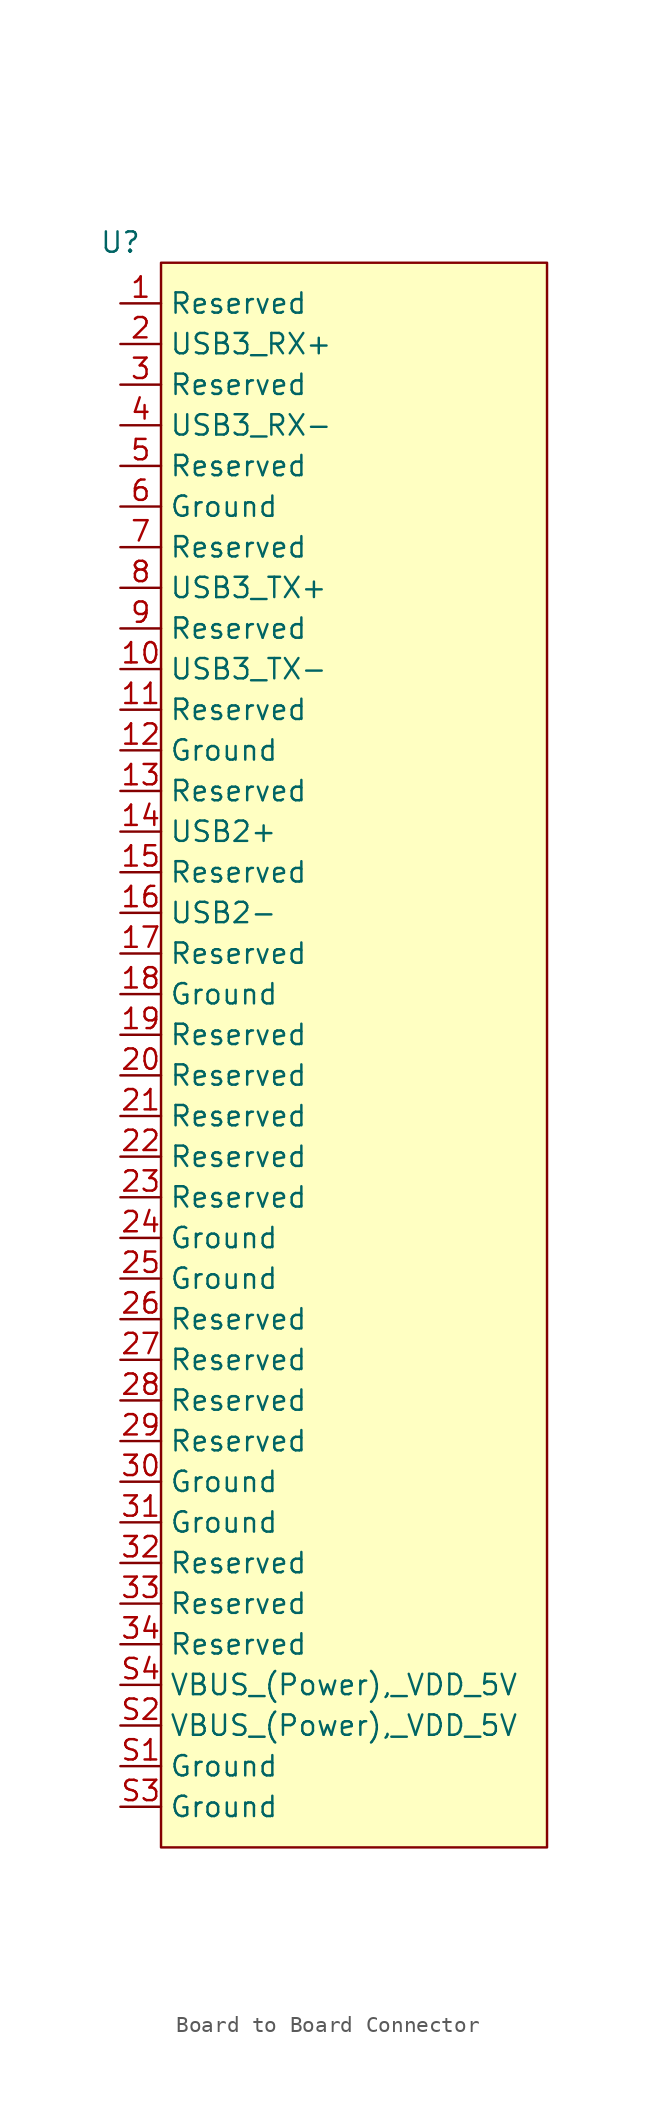
<source format=kicad_sym>
(kicad_symbol_lib
  (version 20241209)
  (generator "kicad_symbol_editor")
  (generator_version "9.0")
  (symbol "Board to Board Connector"
    (property "Reference" "U"
      (at 0 1.27 0)
      (effects (font (size 1.27 1.27))))
    (property "Value" ""
      (at 0 0 0)
      (effects (font (size 1.27 1.27))))
    (symbol "Board to Board Connector_0_1"
      (rectangle (start 2.54 0) (end 26.67 -99.06) (stroke (width 0) (type default)) (fill (type background))))
    (symbol "Board to Board Connector_1_1"
      (pin passive line (at 0 -2.54 0) (length 2.54) (name "Reserved" (effects (font (size 1.27 1.27)))) (number "1" (effects (font (size 1.27 1.27)))))
      (pin passive line (at 0 -5.08 0) (length 2.54) (name "USB3_RX+" (effects (font (size 1.27 1.27)))) (number "2" (effects (font (size 1.27 1.27)))))
      (pin passive line (at 0 -7.62 0) (length 2.54) (name "Reserved" (effects (font (size 1.27 1.27)))) (number "3" (effects (font (size 1.27 1.27)))))
      (pin passive line (at 0 -10.16 0) (length 2.54) (name "USB3_RX-" (effects (font (size 1.27 1.27)))) (number "4" (effects (font (size 1.27 1.27)))))
      (pin passive line (at 0 -12.7 0) (length 2.54) (name "Reserved" (effects (font (size 1.27 1.27)))) (number "5" (effects (font (size 1.27 1.27)))))
      (pin passive line (at 0 -15.24 0) (length 2.54) (name "Ground" (effects (font (size 1.27 1.27)))) (number "6" (effects (font (size 1.27 1.27)))))
      (pin passive line (at 0 -17.78 0) (length 2.54) (name "Reserved" (effects (font (size 1.27 1.27)))) (number "7" (effects (font (size 1.27 1.27)))))
      (pin passive line (at 0 -20.32 0) (length 2.54) (name "USB3_TX+" (effects (font (size 1.27 1.27)))) (number "8" (effects (font (size 1.27 1.27)))))
      (pin passive line (at 0 -22.86 0) (length 2.54) (name "Reserved" (effects (font (size 1.27 1.27)))) (number "9" (effects (font (size 1.27 1.27)))))
      (pin passive line (at 0 -25.4 0) (length 2.54) (name "USB3_TX-" (effects (font (size 1.27 1.27)))) (number "10" (effects (font (size 1.27 1.27)))))
      (pin passive line (at 0 -27.94 0) (length 2.54) (name "Reserved" (effects (font (size 1.27 1.27)))) (number "11" (effects (font (size 1.27 1.27)))))
      (pin passive line (at 0 -30.48 0) (length 2.54) (name "Ground" (effects (font (size 1.27 1.27)))) (number "12" (effects (font (size 1.27 1.27)))))
      (pin passive line (at 0 -33.02 0) (length 2.54) (name "Reserved" (effects (font (size 1.27 1.27)))) (number "13" (effects (font (size 1.27 1.27)))))
      (pin passive line (at 0 -35.56 0) (length 2.54) (name "USB2+" (effects (font (size 1.27 1.27)))) (number "14" (effects (font (size 1.27 1.27)))))
      (pin passive line (at 0 -38.1 0) (length 2.54) (name "Reserved" (effects (font (size 1.27 1.27)))) (number "15" (effects (font (size 1.27 1.27)))))
      (pin passive line (at 0 -40.64 0) (length 2.54) (name "USB2-" (effects (font (size 1.27 1.27)))) (number "16" (effects (font (size 1.27 1.27)))))
      (pin passive line (at 0 -43.18 0) (length 2.54) (name "Reserved" (effects (font (size 1.27 1.27)))) (number "17" (effects (font (size 1.27 1.27)))))
      (pin passive line (at 0 -45.72 0) (length 2.54) (name "Ground" (effects (font (size 1.27 1.27)))) (number "18" (effects (font (size 1.27 1.27)))))
      (pin passive line (at 0 -48.26 0) (length 2.54) (name "Reserved" (effects (font (size 1.27 1.27)))) (number "19" (effects (font (size 1.27 1.27)))))
      (pin passive line (at 0 -50.8 0) (length 2.54) (name "Reserved" (effects (font (size 1.27 1.27)))) (number "20" (effects (font (size 1.27 1.27)))))
      (pin passive line (at 0 -53.34 0) (length 2.54) (name "Reserved" (effects (font (size 1.27 1.27)))) (number "21" (effects (font (size 1.27 1.27)))))
      (pin passive line (at 0 -55.88 0) (length 2.54) (name "Reserved" (effects (font (size 1.27 1.27)))) (number "22" (effects (font (size 1.27 1.27)))))
      (pin passive line (at 0 -58.42 0) (length 2.54) (name "Reserved" (effects (font (size 1.27 1.27)))) (number "23" (effects (font (size 1.27 1.27)))))
      (pin passive line (at 0 -60.96 0) (length 2.54) (name "Ground" (effects (font (size 1.27 1.27)))) (number "24" (effects (font (size 1.27 1.27)))))
      (pin passive line (at 0 -63.5 0) (length 2.54) (name "Ground" (effects (font (size 1.27 1.27)))) (number "25" (effects (font (size 1.27 1.27)))))
      (pin passive line (at 0 -66.04 0) (length 2.54) (name "Reserved" (effects (font (size 1.27 1.27)))) (number "26" (effects (font (size 1.27 1.27)))))
      (pin passive line (at 0 -68.58 0) (length 2.54) (name "Reserved" (effects (font (size 1.27 1.27)))) (number "27" (effects (font (size 1.27 1.27)))))
      (pin passive line (at 0 -71.12 0) (length 2.54) (name "Reserved" (effects (font (size 1.27 1.27)))) (number "28" (effects (font (size 1.27 1.27)))))
      (pin passive line (at 0 -73.66 0) (length 2.54) (name "Reserved" (effects (font (size 1.27 1.27)))) (number "29" (effects (font (size 1.27 1.27)))))
      (pin passive line (at 0 -76.2 0) (length 2.54) (name "Ground" (effects (font (size 1.27 1.27)))) (number "30" (effects (font (size 1.27 1.27)))))
      (pin passive line (at 0 -78.74 0) (length 2.54) (name "Ground" (effects (font (size 1.27 1.27)))) (number "31" (effects (font (size 1.27 1.27)))))
      (pin passive line (at 0 -81.28 0) (length 2.54) (name "Reserved" (effects (font (size 1.27 1.27)))) (number "32" (effects (font (size 1.27 1.27)))))
      (pin passive line (at 0 -83.82 0) (length 2.54) (name "Reserved" (effects (font (size 1.27 1.27)))) (number "33" (effects (font (size 1.27 1.27)))))
      (pin passive line (at 0 -86.36 0) (length 2.54) (name "Reserved" (effects (font (size 1.27 1.27)))) (number "34" (effects (font (size 1.27 1.27)))))
      (pin passive line (at 0 -88.9 0) (length 2.54) (name "VBUS_(Power),_VDD_5V" (effects (font (size 1.27 1.27)))) (number "S4" (effects (font (size 1.27 1.27)))))
      (pin passive line (at 0 -91.44 0) (length 2.54) (name "VBUS_(Power),_VDD_5V" (effects (font (size 1.27 1.27)))) (number "S2" (effects (font (size 1.27 1.27)))))
      (pin passive line (at 0 -93.98 0) (length 2.54) (name "Ground" (effects (font (size 1.27 1.27)))) (number "S1" (effects (font (size 1.27 1.27)))))
      (pin passive line (at 0 -96.52 0) (length 2.54) (name "Ground" (effects (font (size 1.27 1.27)))) (number "S3" (effects (font (size 1.27 1.27))))))))
</source>
